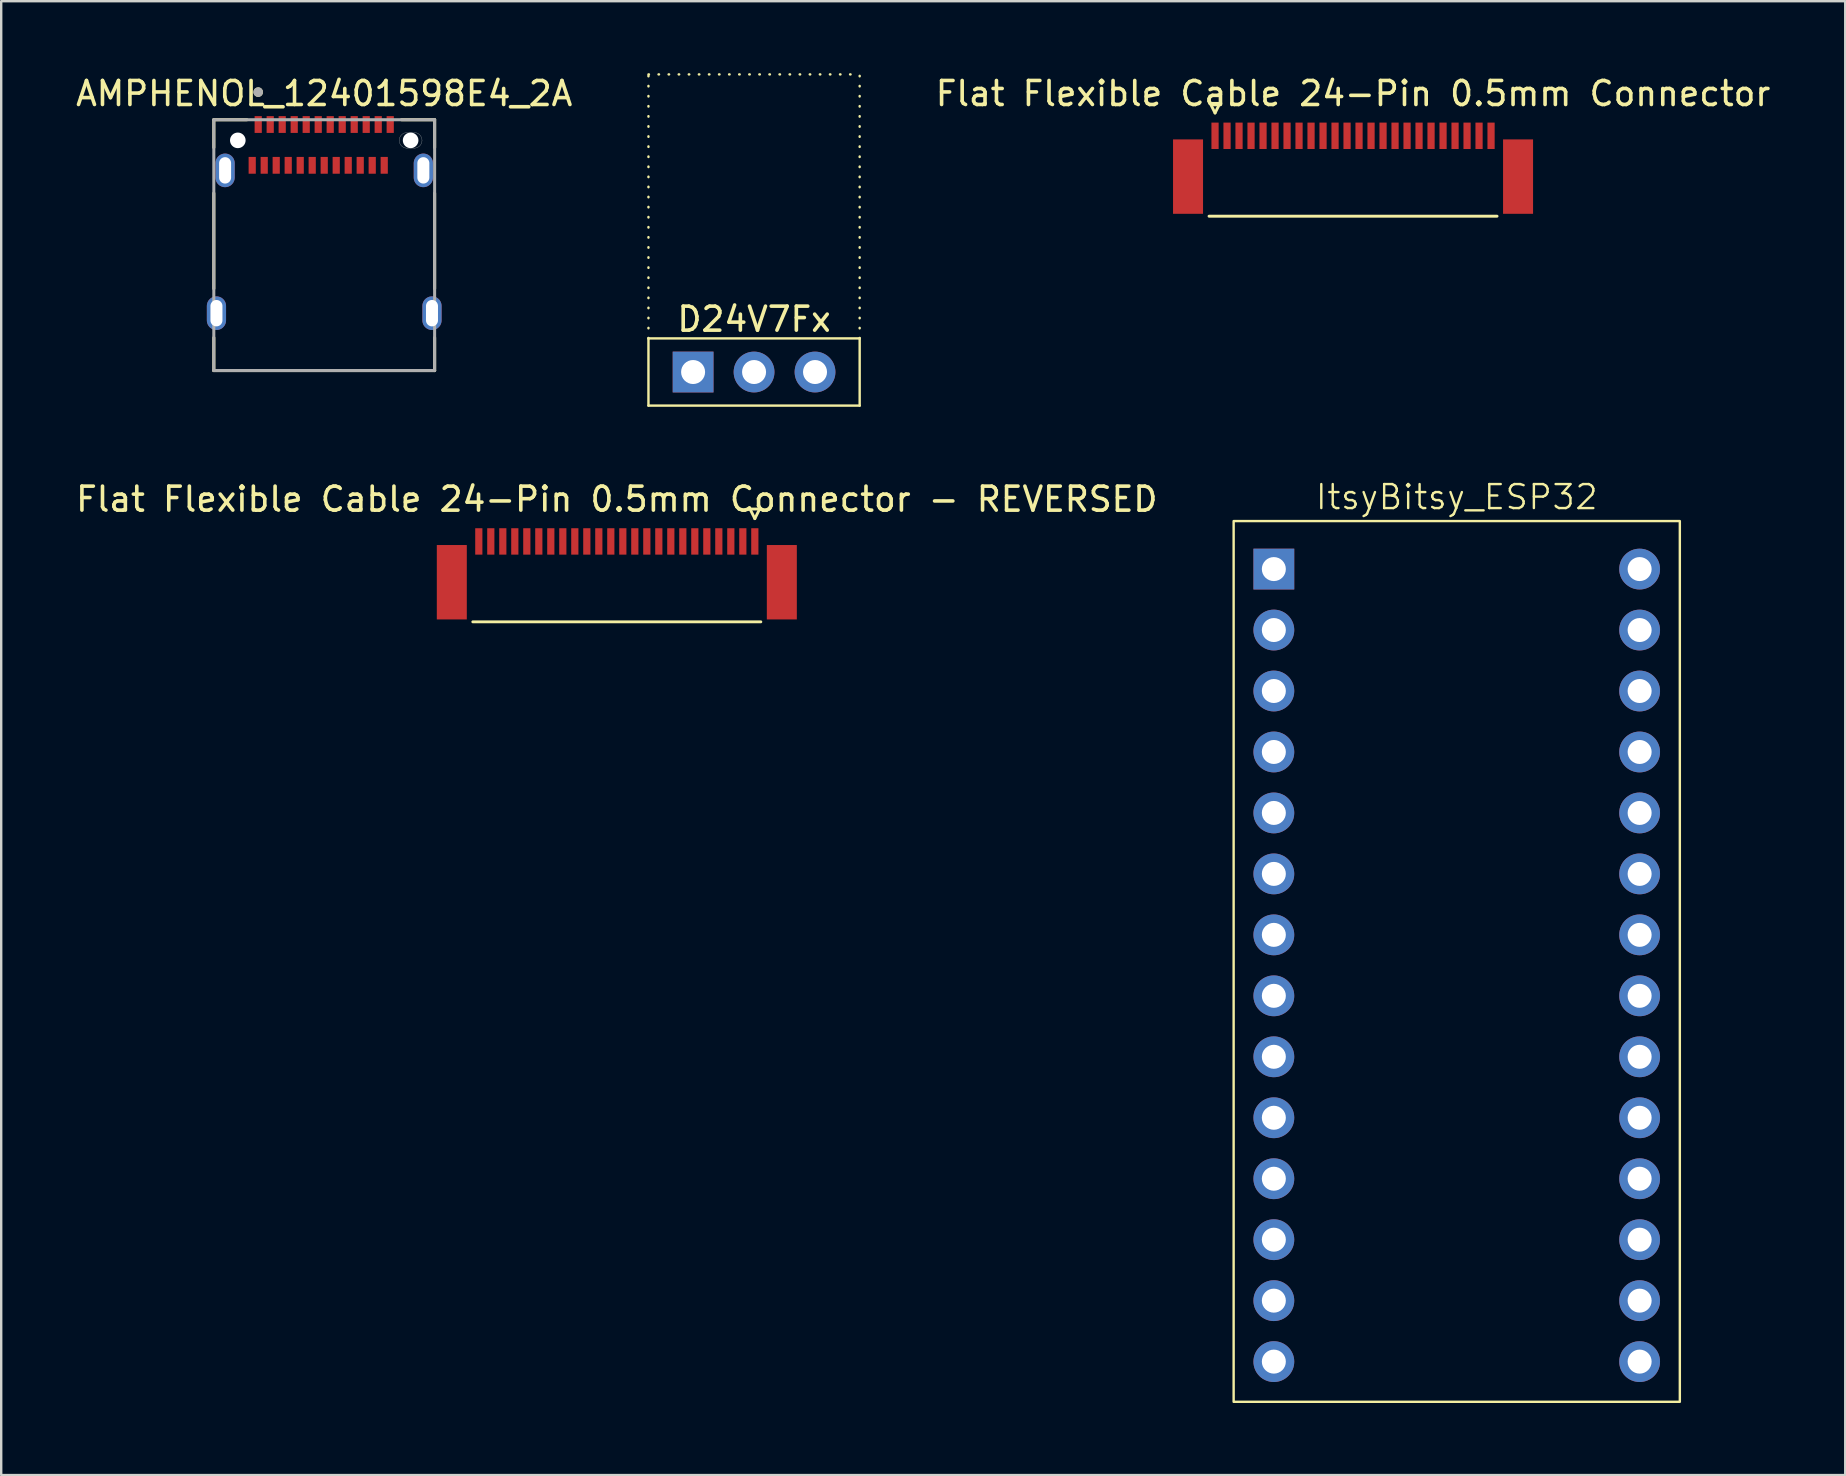
<source format=kicad_pcb>
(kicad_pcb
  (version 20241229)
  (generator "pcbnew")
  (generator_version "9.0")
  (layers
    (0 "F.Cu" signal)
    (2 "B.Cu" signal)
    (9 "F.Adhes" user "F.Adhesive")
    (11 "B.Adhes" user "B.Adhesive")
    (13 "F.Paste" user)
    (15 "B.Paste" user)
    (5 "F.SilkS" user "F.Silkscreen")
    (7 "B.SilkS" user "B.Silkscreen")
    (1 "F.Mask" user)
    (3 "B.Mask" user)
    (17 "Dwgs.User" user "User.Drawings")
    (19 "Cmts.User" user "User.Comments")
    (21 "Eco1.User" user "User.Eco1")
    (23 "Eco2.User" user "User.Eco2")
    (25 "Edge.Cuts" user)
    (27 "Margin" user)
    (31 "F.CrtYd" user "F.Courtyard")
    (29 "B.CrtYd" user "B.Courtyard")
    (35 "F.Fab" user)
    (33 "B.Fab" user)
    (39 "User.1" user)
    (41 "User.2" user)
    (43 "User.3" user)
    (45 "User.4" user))
  (footprint "Flat Flexible Cable 24-Pin 0.5mm Connector"
    (layer "F.Cu")
    (at 53.323 3.958)
    (property "Reference" "Flat Flexible Cable 24-Pin 0.5mm Connector" (at 0 -3.11 0) (layer "F.SilkS") (effects (font (size 1 1) (thickness 0.15))))
    (attr smd)
    (fp_line (start -6 2) (end 6 2) (stroke (width 0.12) (type solid)) (layer "F.SilkS"))
    (fp_line (start -5.95 -2.7) (end -5.75 -2.3) (stroke (width 0.12) (type solid)) (layer "F.SilkS"))
    (fp_line (start -5.75 -2.3) (end -5.55 -2.7) (stroke (width 0.12) (type solid)) (layer "F.SilkS"))
    (fp_line (start -5.55 -2.7) (end -5.95 -2.7) (stroke (width 0.12) (type solid)) (layer "F.SilkS"))
    (pad "" smd rect (at -6.875 0.35) (size 1.25 3.1) (layers "F.Cu" "F.Mask" "F.Paste"))
    (pad "" smd rect (at 6.875 0.35) (size 1.25 3.1) (layers "F.Cu" "F.Mask" "F.Paste"))
    (pad "1" smd rect (at -5.75 -1.35) (size 0.3 1.1) (layers "F.Cu" "F.Mask" "F.Paste"))
    (pad "2" smd rect (at -5.25 -1.35) (size 0.3 1.1) (layers "F.Cu" "F.Mask" "F.Paste"))
    (pad "3" smd rect (at -4.75 -1.35) (size 0.3 1.1) (layers "F.Cu" "F.Mask" "F.Paste"))
    (pad "4" smd rect (at -4.25 -1.35) (size 0.3 1.1) (layers "F.Cu" "F.Mask" "F.Paste"))
    (pad "5" smd rect (at -3.75 -1.35) (size 0.3 1.1) (layers "F.Cu" "F.Mask" "F.Paste"))
    (pad "6" smd rect (at -3.25 -1.35) (size 0.3 1.1) (layers "F.Cu" "F.Mask" "F.Paste"))
    (pad "7" smd rect (at -2.75 -1.35) (size 0.3 1.1) (layers "F.Cu" "F.Mask" "F.Paste"))
    (pad "8" smd rect (at -2.25 -1.35) (size 0.3 1.1) (layers "F.Cu" "F.Mask" "F.Paste"))
    (pad "9" smd rect (at -1.75 -1.35) (size 0.3 1.1) (layers "F.Cu" "F.Mask" "F.Paste"))
    (pad "10" smd rect (at -1.25 -1.35) (size 0.3 1.1) (layers "F.Cu" "F.Mask" "F.Paste"))
    (pad "11" smd rect (at -0.75 -1.35) (size 0.3 1.1) (layers "F.Cu" "F.Mask" "F.Paste"))
    (pad "12" smd rect (at -0.25 -1.35) (size 0.3 1.1) (layers "F.Cu" "F.Mask" "F.Paste"))
    (pad "13" smd rect (at 0.25 -1.35) (size 0.3 1.1) (layers "F.Cu" "F.Mask" "F.Paste"))
    (pad "14" smd rect (at 0.75 -1.35) (size 0.3 1.1) (layers "F.Cu" "F.Mask" "F.Paste"))
    (pad "15" smd rect (at 1.25 -1.35) (size 0.3 1.1) (layers "F.Cu" "F.Mask" "F.Paste"))
    (pad "16" smd rect (at 1.75 -1.35) (size 0.3 1.1) (layers "F.Cu" "F.Mask" "F.Paste"))
    (pad "17" smd rect (at 2.25 -1.35) (size 0.3 1.1) (layers "F.Cu" "F.Mask" "F.Paste"))
    (pad "18" smd rect (at 2.75 -1.35) (size 0.3 1.1) (layers "F.Cu" "F.Mask" "F.Paste"))
    (pad "19" smd rect (at 3.25 -1.35) (size 0.3 1.1) (layers "F.Cu" "F.Mask" "F.Paste"))
    (pad "20" smd rect (at 3.75 -1.35) (size 0.3 1.1) (layers "F.Cu" "F.Mask" "F.Paste"))
    (pad "21" smd rect (at 4.25 -1.35) (size 0.3 1.1) (layers "F.Cu" "F.Mask" "F.Paste"))
    (pad "22" smd rect (at 4.75 -1.35) (size 0.3 1.1) (layers "F.Cu" "F.Mask" "F.Paste"))
    (pad "23" smd rect (at 5.25 -1.35) (size 0.3 1.1) (layers "F.Cu" "F.Mask" "F.Paste"))
    (pad "24" smd rect (at 5.75 -1.35) (size 0.3 1.1) (layers "F.Cu" "F.Mask" "F.Paste")))
  (footprint "Flat Flexible Cable 24-Pin 0.5mm Connector - REVERSED"
    (layer "F.Cu")
    (at 22.649 20.858)
    (property "Reference" "Flat Flexible Cable 24-Pin 0.5mm Connector - REVERSED" (at 0 -3.11 0) (layer "F.SilkS") (effects (font (size 1 1) (thickness 0.15))))
    (attr smd)
    (fp_line (start -6 2) (end 6 2) (stroke (width 0.12) (type solid)) (layer "F.SilkS"))
    (fp_line (start 5.55 -2.7) (end 5.75 -2.3) (stroke (width 0.12) (type solid)) (layer "F.SilkS"))
    (fp_line (start 5.75 -2.3) (end 5.95 -2.7) (stroke (width 0.12) (type solid)) (layer "F.SilkS"))
    (fp_line (start 5.95 -2.7) (end 5.55 -2.7) (stroke (width 0.12) (type solid)) (layer "F.SilkS"))
    (pad "" smd rect (at -6.875 0.35) (size 1.25 3.1) (layers "F.Cu" "F.Mask" "F.Paste"))
    (pad "" smd rect (at 6.875 0.35) (size 1.25 3.1) (layers "F.Cu" "F.Mask" "F.Paste"))
    (pad "1" smd rect (at 5.75 -1.35) (size 0.3 1.1) (layers "F.Cu" "F.Mask" "F.Paste"))
    (pad "2" smd rect (at 5.25 -1.35) (size 0.3 1.1) (layers "F.Cu" "F.Mask" "F.Paste"))
    (pad "3" smd rect (at 4.75 -1.35) (size 0.3 1.1) (layers "F.Cu" "F.Mask" "F.Paste"))
    (pad "4" smd rect (at 4.25 -1.35) (size 0.3 1.1) (layers "F.Cu" "F.Mask" "F.Paste"))
    (pad "5" smd rect (at 3.75 -1.35) (size 0.3 1.1) (layers "F.Cu" "F.Mask" "F.Paste"))
    (pad "6" smd rect (at 3.25 -1.35) (size 0.3 1.1) (layers "F.Cu" "F.Mask" "F.Paste"))
    (pad "7" smd rect (at 2.75 -1.35) (size 0.3 1.1) (layers "F.Cu" "F.Mask" "F.Paste"))
    (pad "8" smd rect (at 2.25 -1.35) (size 0.3 1.1) (layers "F.Cu" "F.Mask" "F.Paste"))
    (pad "9" smd rect (at 1.75 -1.35) (size 0.3 1.1) (layers "F.Cu" "F.Mask" "F.Paste"))
    (pad "10" smd rect (at 1.25 -1.35) (size 0.3 1.1) (layers "F.Cu" "F.Mask" "F.Paste"))
    (pad "11" smd rect (at 0.75 -1.35) (size 0.3 1.1) (layers "F.Cu" "F.Mask" "F.Paste"))
    (pad "12" smd rect (at 0.25 -1.35) (size 0.3 1.1) (layers "F.Cu" "F.Mask" "F.Paste"))
    (pad "13" smd rect (at -0.25 -1.35) (size 0.3 1.1) (layers "F.Cu" "F.Mask" "F.Paste"))
    (pad "14" smd rect (at -0.75 -1.35) (size 0.3 1.1) (layers "F.Cu" "F.Mask" "F.Paste"))
    (pad "15" smd rect (at -1.25 -1.35) (size 0.3 1.1) (layers "F.Cu" "F.Mask" "F.Paste"))
    (pad "16" smd rect (at -1.75 -1.35) (size 0.3 1.1) (layers "F.Cu" "F.Mask" "F.Paste"))
    (pad "17" smd rect (at -2.25 -1.35) (size 0.3 1.1) (layers "F.Cu" "F.Mask" "F.Paste"))
    (pad "18" smd rect (at -2.75 -1.35) (size 0.3 1.1) (layers "F.Cu" "F.Mask" "F.Paste"))
    (pad "19" smd rect (at -3.25 -1.35) (size 0.3 1.1) (layers "F.Cu" "F.Mask" "F.Paste"))
    (pad "20" smd rect (at -3.75 -1.35) (size 0.3 1.1) (layers "F.Cu" "F.Mask" "F.Paste"))
    (pad "21" smd rect (at -4.25 -1.35) (size 0.3 1.1) (layers "F.Cu" "F.Mask" "F.Paste"))
    (pad "22" smd rect (at -4.75 -1.35) (size 0.3 1.1) (layers "F.Cu" "F.Mask" "F.Paste"))
    (pad "23" smd rect (at -5.25 -1.35) (size 0.3 1.1) (layers "F.Cu" "F.Mask" "F.Paste"))
    (pad "24" smd rect (at -5.75 -1.35) (size 0.3 1.1) (layers "F.Cu" "F.Mask" "F.Paste")))
  (footprint "AMPHENOL_12401598E4_2A"
    (layer "F.Cu")
    (at 10.458 2.798)
    (property "Reference" "AMPHENOL_12401598E4_2A" (at 0 -1.95 0) (layer "F.SilkS") (effects (font (size 1 1) (thickness 0.15))))
    (attr smd)
    (fp_line (start -4.6 -0.86) (end -3.22 -0.86) (stroke (width 0.127) (type solid)) (layer "F.SilkS"))
    (fp_line (start -4.6 0.3) (end -4.6 -0.86) (stroke (width 0.127) (type solid)) (layer "F.SilkS"))
    (fp_line (start -4.6 2.2) (end -4.6 6.18) (stroke (width 0.127) (type solid)) (layer "F.SilkS"))
    (fp_line (start -4.6 9.59) (end -4.6 8.22) (stroke (width 0.127) (type solid)) (layer "F.SilkS"))
    (fp_line (start 3.22 -0.86) (end 4.6 -0.86) (stroke (width 0.127) (type solid)) (layer "F.SilkS"))
    (fp_line (start 4.6 -0.86) (end 4.6 0.3) (stroke (width 0.127) (type solid)) (layer "F.SilkS"))
    (fp_line (start 4.6 2.2) (end 4.6 6.18) (stroke (width 0.127) (type solid)) (layer "F.SilkS"))
    (fp_line (start 4.6 9.59) (end -4.6 9.59) (stroke (width 0.127) (type solid)) (layer "F.SilkS"))
    (fp_line (start 4.6 9.59) (end 4.6 8.22) (stroke (width 0.127) (type solid)) (layer "F.SilkS"))
    (fp_circle (center -2.75 -2.01) (end -2.65 -2.01) (stroke (width 0.2) (type solid)) (fill no) (layer "F.SilkS"))
    (fp_line (start 3.45 -0.325) (end 3.75 -0.325) (stroke (width 0.01) (type solid)) (layer "Edge.Cuts"))
    (fp_line (start 3.75 0.325) (end 3.45 0.325) (stroke (width 0.01) (type solid)) (layer "Edge.Cuts"))
    (fp_arc (start 3.125 0) (mid 3.22019 -0.22981) (end 3.45 -0.325) (stroke (width 0.01) (type solid)) (layer "Edge.Cuts"))
    (fp_arc (start 3.45 0.325) (mid 3.22019 0.22981) (end 3.125 0) (stroke (width 0.01) (type solid)) (layer "Edge.Cuts"))
    (fp_arc (start 3.75 -0.325) (mid 3.97981 -0.22981) (end 4.075 0) (stroke (width 0.01) (type solid)) (layer "Edge.Cuts"))
    (fp_arc (start 4.075 0) (mid 3.97981 0.22981) (end 3.75 0.325) (stroke (width 0.01) (type solid)) (layer "Edge.Cuts"))
    (fp_line (start -4.6 -0.86) (end 4.6 -0.86) (stroke (width 0.127) (type solid)) (layer "F.Fab"))
    (fp_line (start -4.6 9.59) (end -4.6 -0.86) (stroke (width 0.127) (type solid)) (layer "F.Fab"))
    (fp_line (start 4.6 -0.86) (end 4.6 9.59) (stroke (width 0.127) (type solid)) (layer "F.Fab"))
    (fp_line (start 4.6 9.59) (end -4.6 9.59) (stroke (width 0.127) (type solid)) (layer "F.Fab"))
    (fp_circle (center -2.75 -2.01) (end -2.65 -2.01) (stroke (width 0.2) (type solid)) (fill no) (layer "F.Fab"))
    (pad "" np_thru_hole circle (at -3.6 0) (size 0.65 0.65) (drill 0.65) (layers "*.Cu" "*.Mask"))
    (pad "" np_thru_hole circle (at 3.6 0) (size 0.65 0.65) (drill 0.65) (layers "*.Cu" "*.Mask"))
    (pad "A1" smd rect (at -2.75 -0.66) (size 0.3 0.7) (layers "F.Cu" "F.Mask" "F.Paste"))
    (pad "A2" smd rect (at -2.25 -0.66) (size 0.3 0.7) (layers "F.Cu" "F.Mask" "F.Paste"))
    (pad "A3" smd rect (at -1.75 -0.66) (size 0.3 0.7) (layers "F.Cu" "F.Mask" "F.Paste"))
    (pad "A4" smd rect (at -1.25 -0.66) (size 0.3 0.7) (layers "F.Cu" "F.Mask" "F.Paste"))
    (pad "A5" smd rect (at -0.75 -0.66) (size 0.3 0.7) (layers "F.Cu" "F.Mask" "F.Paste"))
    (pad "A6" smd rect (at -0.25 -0.66) (size 0.3 0.7) (layers "F.Cu" "F.Mask" "F.Paste"))
    (pad "A7" smd rect (at 0.25 -0.66) (size 0.3 0.7) (layers "F.Cu" "F.Mask" "F.Paste"))
    (pad "A8" smd rect (at 0.75 -0.66) (size 0.3 0.7) (layers "F.Cu" "F.Mask" "F.Paste"))
    (pad "A9" smd rect (at 1.25 -0.66) (size 0.3 0.7) (layers "F.Cu" "F.Mask" "F.Paste"))
    (pad "A10" smd rect (at 1.75 -0.66) (size 0.3 0.7) (layers "F.Cu" "F.Mask" "F.Paste"))
    (pad "A11" smd rect (at 2.25 -0.66) (size 0.3 0.7) (layers "F.Cu" "F.Mask" "F.Paste"))
    (pad "A12" smd rect (at 2.75 -0.66) (size 0.3 0.7) (layers "F.Cu" "F.Mask" "F.Paste"))
    (pad "B1" smd rect (at 2.5 1.04) (size 0.3 0.7) (layers "F.Cu" "F.Mask" "F.Paste"))
    (pad "B2" smd rect (at 2 1.04) (size 0.3 0.7) (layers "F.Cu" "F.Mask" "F.Paste"))
    (pad "B3" smd rect (at 1.5 1.04) (size 0.3 0.7) (layers "F.Cu" "F.Mask" "F.Paste"))
    (pad "B4" smd rect (at 1 1.04) (size 0.3 0.7) (layers "F.Cu" "F.Mask" "F.Paste"))
    (pad "B5" smd rect (at 0.5 1.04) (size 0.3 0.7) (layers "F.Cu" "F.Mask" "F.Paste"))
    (pad "B6" smd rect (at 0 1.04) (size 0.3 0.7) (layers "F.Cu" "F.Mask" "F.Paste"))
    (pad "B7" smd rect (at -0.5 1.04) (size 0.3 0.7) (layers "F.Cu" "F.Mask" "F.Paste"))
    (pad "B8" smd rect (at -1 1.04) (size 0.3 0.7) (layers "F.Cu" "F.Mask" "F.Paste"))
    (pad "B9" smd rect (at -1.5 1.04) (size 0.3 0.7) (layers "F.Cu" "F.Mask" "F.Paste"))
    (pad "B10" smd rect (at -2 1.04) (size 0.3 0.7) (layers "F.Cu" "F.Mask" "F.Paste"))
    (pad "B11" smd rect (at -2.5 1.04) (size 0.3 0.7) (layers "F.Cu" "F.Mask" "F.Paste"))
    (pad "B12" smd rect (at -3 1.04) (size 0.3 0.7) (layers "F.Cu" "F.Mask" "F.Paste"))
    (pad "SH1" thru_hole oval (at -4.13 1.25) (size 0.8 1.4) (drill oval 0.5 1.1) (layers "*.Cu" "*.Mask"))
    (pad "SH2" thru_hole oval (at -4.49 7.2) (size 0.8 1.4) (drill oval 0.5 1.1) (layers "*.Cu" "*.Mask"))
    (pad "SH3" thru_hole oval (at 4.49 7.2) (size 0.8 1.4) (drill oval 0.5 1.1) (layers "*.Cu" "*.Mask"))
    (pad "SH4" thru_hole oval (at 4.13 1.25) (size 0.8 1.4) (drill oval 0.5 1.1) (layers "*.Cu" "*.Mask")))
  (footprint "ItsyBitsy_ESP32"
    (layer "F.Cu")
    (at 50.023 20.66)
    (property "Reference" "ItsyBitsy_ESP32" (at 7.62 -3 0) (unlocked yes) (layer "F.SilkS") (effects (font (size 1 1) (thickness 0.1))))
    (attr through_hole)
    (fp_rect (start -1.675 -2) (end 16.915 34.695) (stroke (width 0.1) (type default)) (fill no) (layer "F.SilkS"))
    (pad "1" thru_hole rect (at 0 0) (size 1.7 1.7) (drill 1) (layers "*.Cu" "*.Mask"))
    (pad "2" thru_hole circle (at 0 2.54) (size 1.7 1.7) (drill 1) (layers "*.Cu" "*.Mask"))
    (pad "3" thru_hole circle (at 0 5.08) (size 1.7 1.7) (drill 1) (layers "*.Cu" "*.Mask"))
    (pad "4" thru_hole circle (at 0 7.62) (size 1.7 1.7) (drill 1) (layers "*.Cu" "*.Mask"))
    (pad "5" thru_hole circle (at 0 10.16) (size 1.7 1.7) (drill 1) (layers "*.Cu" "*.Mask"))
    (pad "6" thru_hole circle (at 0 12.7) (size 1.7 1.7) (drill 1) (layers "*.Cu" "*.Mask"))
    (pad "7" thru_hole circle (at 0 15.24) (size 1.7 1.7) (drill 1) (layers "*.Cu" "*.Mask"))
    (pad "8" thru_hole circle (at 0 17.78) (size 1.7 1.7) (drill 1) (layers "*.Cu" "*.Mask"))
    (pad "9" thru_hole circle (at 0 20.32) (size 1.7 1.7) (drill 1) (layers "*.Cu" "*.Mask"))
    (pad "10" thru_hole circle (at 0 22.86) (size 1.7 1.7) (drill 1) (layers "*.Cu" "*.Mask"))
    (pad "11" thru_hole circle (at 0 25.4) (size 1.7 1.7) (drill 1) (layers "*.Cu" "*.Mask"))
    (pad "12" thru_hole circle (at 0 27.94) (size 1.7 1.7) (drill 1) (layers "*.Cu" "*.Mask"))
    (pad "13" thru_hole circle (at 0 30.48) (size 1.7 1.7) (drill 1) (layers "*.Cu" "*.Mask"))
    (pad "14" thru_hole circle (at 0 33.02) (size 1.7 1.7) (drill 1) (layers "*.Cu" "*.Mask"))
    (pad "15" thru_hole circle (at 15.24 0) (size 1.7 1.7) (drill 1) (layers "*.Cu" "*.Mask"))
    (pad "16" thru_hole circle (at 15.24 2.54) (size 1.7 1.7) (drill 1) (layers "*.Cu" "*.Mask"))
    (pad "17" thru_hole circle (at 15.24 5.08) (size 1.7 1.7) (drill 1) (layers "*.Cu" "*.Mask"))
    (pad "18" thru_hole circle (at 15.24 7.62) (size 1.7 1.7) (drill 1) (layers "*.Cu" "*.Mask"))
    (pad "19" thru_hole circle (at 15.24 10.16) (size 1.7 1.7) (drill 1) (layers "*.Cu" "*.Mask"))
    (pad "20" thru_hole circle (at 15.24 12.7) (size 1.7 1.7) (drill 1) (layers "*.Cu" "*.Mask"))
    (pad "21" thru_hole circle (at 15.24 15.24) (size 1.7 1.7) (drill 1) (layers "*.Cu" "*.Mask"))
    (pad "22" thru_hole circle (at 15.24 17.78) (size 1.7 1.7) (drill 1) (layers "*.Cu" "*.Mask"))
    (pad "23" thru_hole circle (at 15.24 20.32) (size 1.7 1.7) (drill 1) (layers "*.Cu" "*.Mask"))
    (pad "24" thru_hole circle (at 15.24 22.86) (size 1.7 1.7) (drill 1) (layers "*.Cu" "*.Mask"))
    (pad "25" thru_hole circle (at 15.24 25.4) (size 1.7 1.7) (drill 1) (layers "*.Cu" "*.Mask"))
    (pad "26" thru_hole circle (at 15.24 27.94) (size 1.7 1.7) (drill 1) (layers "*.Cu" "*.Mask"))
    (pad "27" thru_hole circle (at 15.24 30.48) (size 1.7 1.7) (drill 1) (layers "*.Cu" "*.Mask"))
    (pad "28" thru_hole circle (at 15.24 33.02) (size 1.7 1.7) (drill 1) (layers "*.Cu" "*.Mask")))
  (footprint "D24V7Fx"
    (layer "F.Cu")
    (at 28.367 12.45)
    (property "Reference" "D24V7Fx" (at 0 -2.2 0) (unlocked yes) (layer "F.SilkS") (effects (font (size 1 1) (thickness 0.15))))
    (attr smd)
    (fp_line (start -4.4 -12.4) (end 4.4 -12.4) (stroke (width 0.1) (type dot)) (layer "F.SilkS"))
    (fp_line (start -4.4 -1.4) (end -4.4 -12.4) (stroke (width 0.1) (type dot)) (layer "F.SilkS"))
    (fp_line (start -4.4 -1.4) (end 4.4 -1.4) (stroke (width 0.1) (type default)) (layer "F.SilkS"))
    (fp_line (start -4.4 1.4) (end -4.4 -1.4) (stroke (width 0.1) (type default)) (layer "F.SilkS"))
    (fp_line (start 4.4 -1.4) (end 4.4 -12.4) (stroke (width 0.1) (type dot)) (layer "F.SilkS"))
    (fp_line (start 4.4 -1.4) (end 4.4 1.4) (stroke (width 0.1) (type default)) (layer "F.SilkS"))
    (fp_line (start 4.4 1.4) (end -4.4 1.4) (stroke (width 0.1) (type default)) (layer "F.SilkS"))
    (pad "GND" thru_hole circle (at 0 0) (size 1.7 1.7) (drill 1) (layers "*.Cu" "*.Mask"))
    (pad "VIN" thru_hole rect (at -2.54 0) (size 1.7 1.7) (drill 1) (layers "*.Cu" "*.Mask"))
    (pad "VOUT" thru_hole circle (at 2.54 0) (size 1.7 1.7) (drill 1) (layers "*.Cu" "*.Mask")))
  (gr_rect
    (start -3 -3)
    (end 73.829 58.406)
    (stroke (width 0.1) (type default))
    (fill no)
    (layer "Edge.Cuts")))
</source>
